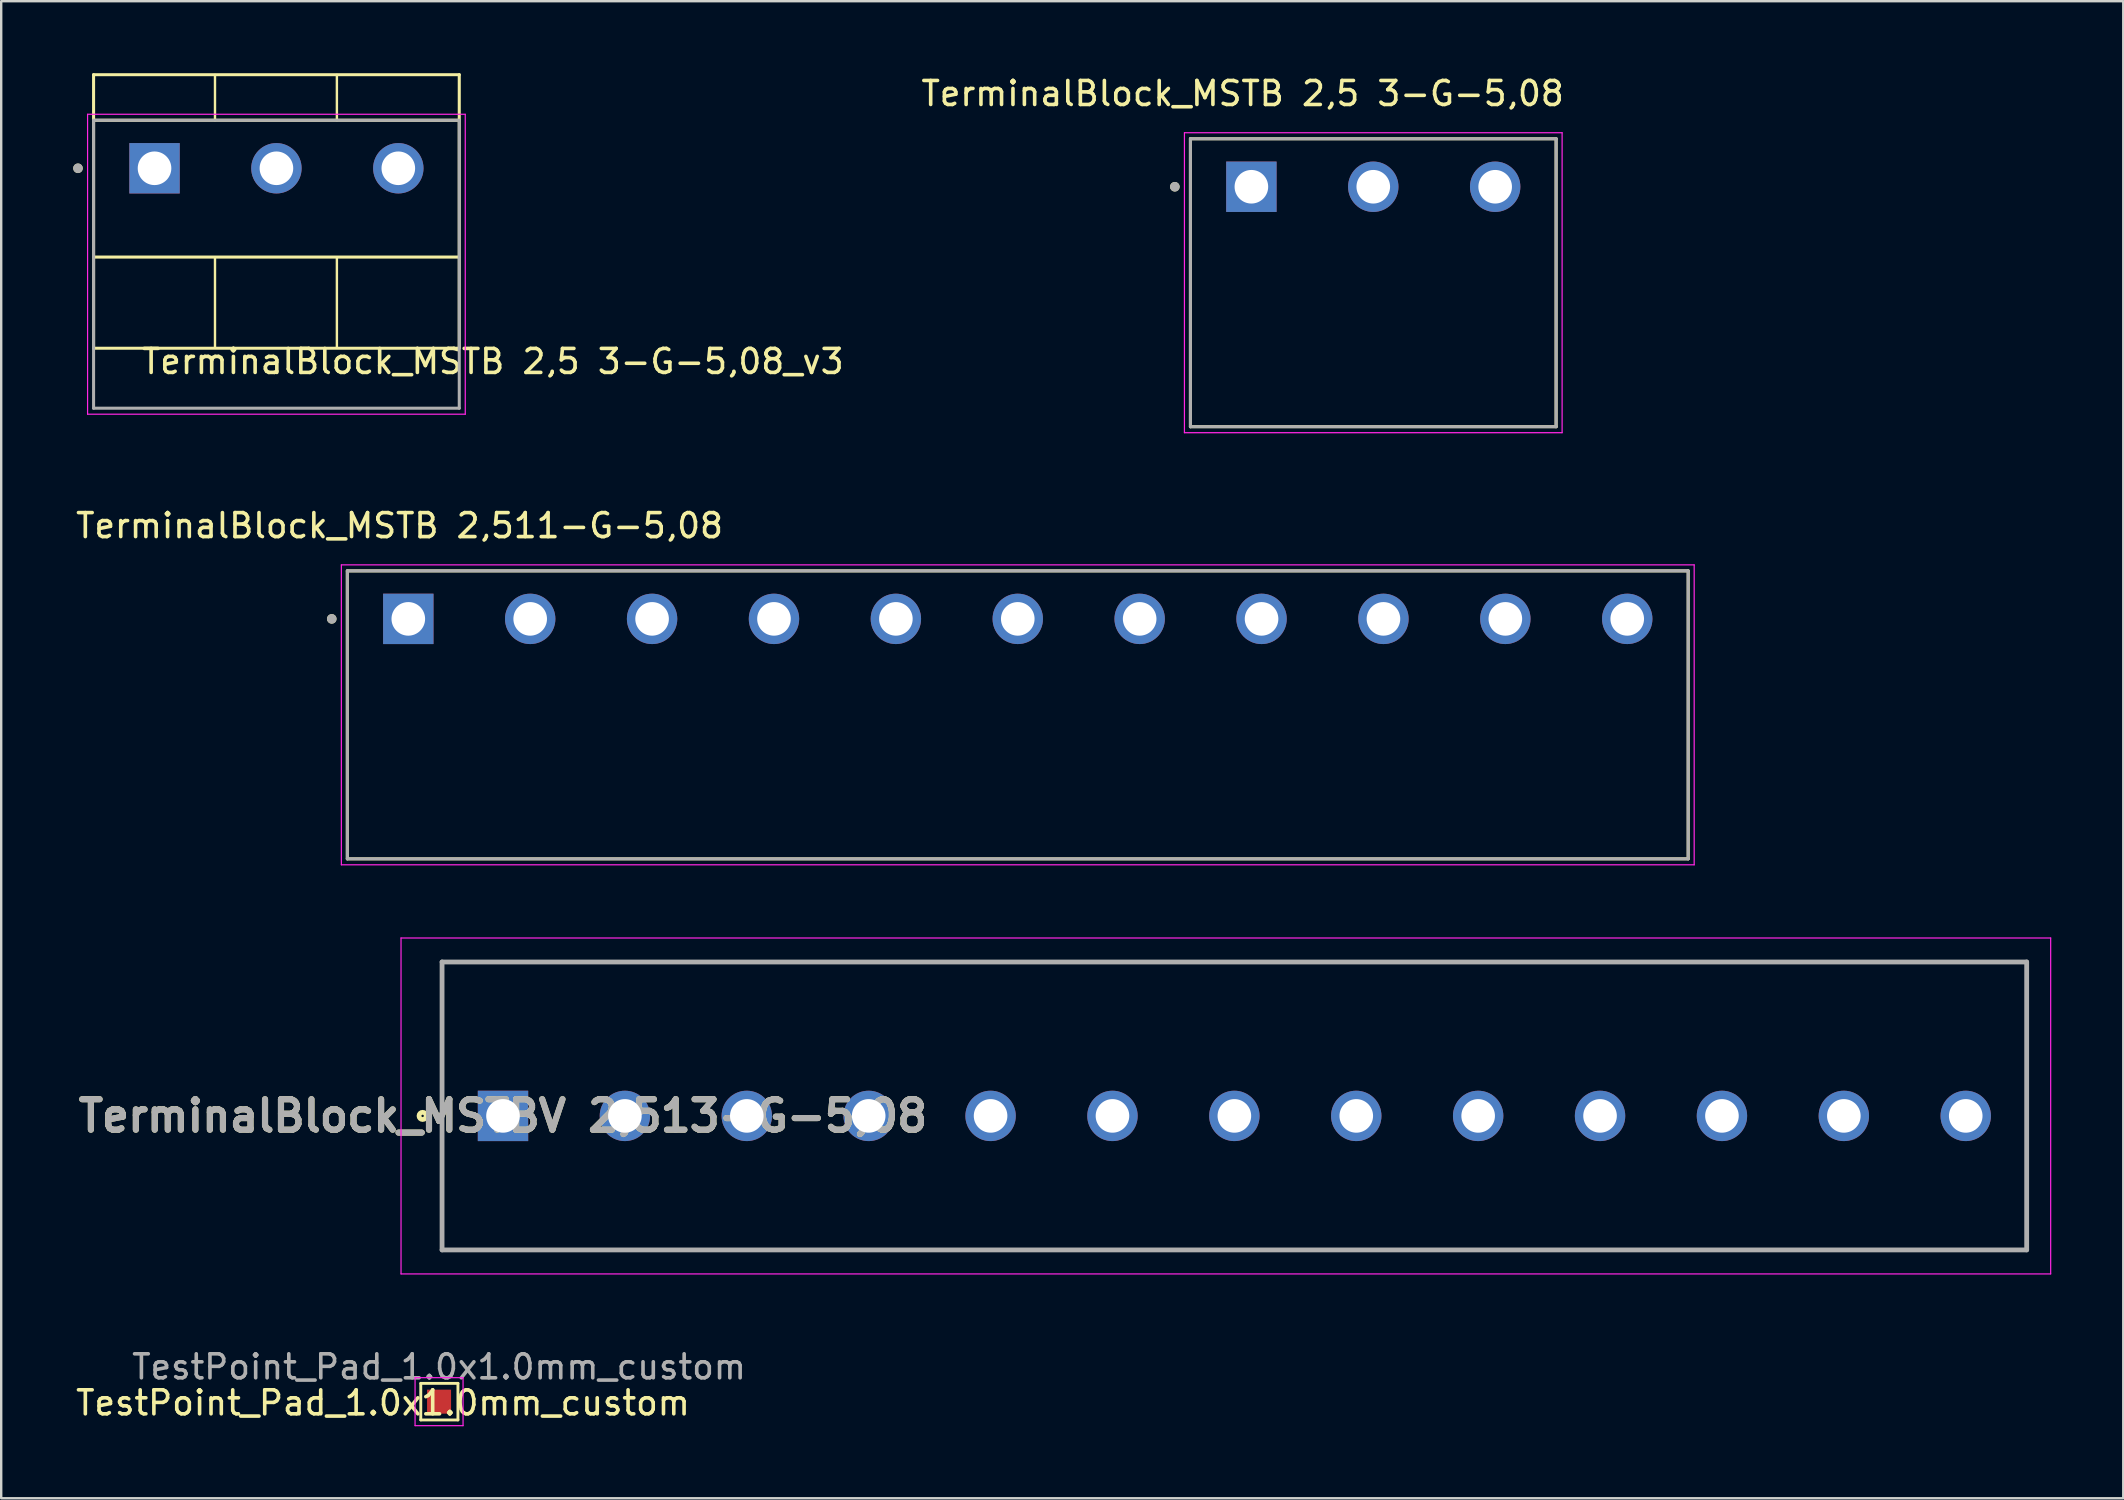
<source format=kicad_pcb>
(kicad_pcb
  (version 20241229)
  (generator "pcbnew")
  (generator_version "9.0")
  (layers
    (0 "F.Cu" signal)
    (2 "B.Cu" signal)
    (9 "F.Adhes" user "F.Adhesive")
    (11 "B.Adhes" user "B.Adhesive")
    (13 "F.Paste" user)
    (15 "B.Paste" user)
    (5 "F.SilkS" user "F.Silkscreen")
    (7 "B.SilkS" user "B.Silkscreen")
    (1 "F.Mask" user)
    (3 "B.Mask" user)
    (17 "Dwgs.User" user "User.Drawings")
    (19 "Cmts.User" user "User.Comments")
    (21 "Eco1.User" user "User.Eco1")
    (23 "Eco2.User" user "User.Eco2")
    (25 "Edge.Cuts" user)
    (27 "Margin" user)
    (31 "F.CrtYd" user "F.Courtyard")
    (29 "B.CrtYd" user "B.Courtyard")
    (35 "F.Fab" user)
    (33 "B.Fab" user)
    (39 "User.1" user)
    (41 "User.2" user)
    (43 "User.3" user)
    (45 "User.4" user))
  (footprint "TerminalBlock_MSTB 2,5 3-G-5,08_v3"
    (layer "F.Cu")
    (at 0.85 13.963)
    (property "Reference" "TerminalBlock_MSTB 2,5 3-G-5,08_v3" (at 16.637 -1.948 0) (layer "F.SilkS") (effects (font (size 1 1) (thickness 0.15))))
    (attr through_hole)
    (fp_line (start 0 -2.5) (end 0 -13.9) (stroke (width 0.127) (type solid)) (layer "F.SilkS"))
    (fp_line (start 5.06 -11.99) (end 5.06 -13.89) (stroke (width 0.1) (type default)) (layer "F.SilkS"))
    (fp_line (start 5.06 -2.54) (end 5.06 -6.29) (stroke (width 0.1) (type default)) (layer "F.SilkS"))
    (fp_line (start 10.14 -11.99) (end 10.14 -13.89) (stroke (width 0.1) (type default)) (layer "F.SilkS"))
    (fp_line (start 10.14 -2.54) (end 10.14 -6.29) (stroke (width 0.1) (type default)) (layer "F.SilkS"))
    (fp_line (start 15.2 -2.5) (end 0 -2.5) (stroke (width 0.127) (type solid)) (layer "F.SilkS"))
    (fp_line (start 15.22 -6.3) (end 0 -6.3) (stroke (width 0.127) (type solid)) (layer "F.SilkS"))
    (fp_line (start 15.24 -13.9) (end 0 -13.9) (stroke (width 0.127) (type solid)) (layer "F.SilkS"))
    (fp_line (start 15.24 -12) (end 0 -12) (stroke (width 0.127) (type solid)) (layer "F.SilkS"))
    (fp_line (start 15.24 -2.5) (end 15.24 -13.9) (stroke (width 0.127) (type solid)) (layer "F.SilkS"))
    (fp_circle (center -0.65 -10) (end -0.55 -10) (stroke (width 0.2) (type solid)) (fill no) (layer "F.SilkS"))
    (fp_line (start -0.25 -12.25) (end 15.49 -12.25) (stroke (width 0.05) (type solid)) (layer "F.CrtYd"))
    (fp_line (start -0.25 0.25) (end -0.25 -12.25) (stroke (width 0.05) (type solid)) (layer "F.CrtYd"))
    (fp_line (start 15.49 -12.25) (end 15.49 0.25) (stroke (width 0.05) (type solid)) (layer "F.CrtYd"))
    (fp_line (start 15.49 0.25) (end -0.25 0.25) (stroke (width 0.05) (type solid)) (layer "F.CrtYd"))
    (fp_line (start 0 -12) (end 15.24 -12) (stroke (width 0.127) (type solid)) (layer "F.Fab"))
    (fp_line (start 0 0) (end 0 -12) (stroke (width 0.127) (type solid)) (layer "F.Fab"))
    (fp_line (start 15.24 -12) (end 15.24 0) (stroke (width 0.127) (type solid)) (layer "F.Fab"))
    (fp_line (start 15.24 0) (end 0 0) (stroke (width 0.127) (type solid)) (layer "F.Fab"))
    (fp_circle (center -0.65 -10) (end -0.55 -10) (stroke (width 0.2) (type solid)) (fill no) (layer "F.Fab"))
    (pad "1" thru_hole rect (at 2.54 -10) (size 2.1 2.1) (drill 1.4) (layers "*.Cu" "*.Mask"))
    (pad "2" thru_hole circle (at 7.62 -10) (size 2.1 2.1) (drill 1.4) (layers "*.Cu" "*.Mask"))
    (pad "3" thru_hole circle (at 12.7 -10) (size 2.1 2.1) (drill 1.4) (layers "*.Cu" "*.Mask")))
  (footprint "TerminalBlock_MSTBV 2,513-G-5,08"
    (layer "F.Cu")
    (at 17.913 43.456)
    (property "Reference" "TerminalBlock_MSTBV 2,513-G-5,08" (at 0 0 0) (layer "F.SilkS") (effects (font (size 1.27 1.27) (thickness 0.254))))
    (attr through_hole)
    (fp_line (start -2.54 -6.415) (end 63.5 -6.415) (stroke (width 0.1) (type solid)) (layer "F.SilkS"))
    (fp_line (start -2.54 5.585) (end -2.54 -6.415) (stroke (width 0.1) (type solid)) (layer "F.SilkS"))
    (fp_line (start 63.5 -6.415) (end 63.5 5.585) (stroke (width 0.1) (type solid)) (layer "F.SilkS"))
    (fp_line (start 63.5 5.585) (end -2.54 5.585) (stroke (width 0.1) (type solid)) (layer "F.SilkS"))
    (fp_circle (center -3.35 0) (end -3.35 0.05) (stroke (width 0.2) (type solid)) (fill no) (layer "F.SilkS"))
    (fp_line (start -4.25 -7.415) (end 64.5 -7.415) (stroke (width 0.05) (type solid)) (layer "F.CrtYd"))
    (fp_line (start -4.25 6.585) (end -4.25 -7.415) (stroke (width 0.05) (type solid)) (layer "F.CrtYd"))
    (fp_line (start 64.5 -7.415) (end 64.5 6.585) (stroke (width 0.05) (type solid)) (layer "F.CrtYd"))
    (fp_line (start 64.5 6.585) (end -4.25 6.585) (stroke (width 0.05) (type solid)) (layer "F.CrtYd"))
    (fp_line (start -2.54 -6.415) (end 63.5 -6.415) (stroke (width 0.2) (type solid)) (layer "F.Fab"))
    (fp_line (start -2.54 5.585) (end -2.54 -6.415) (stroke (width 0.2) (type solid)) (layer "F.Fab"))
    (fp_line (start 63.5 -6.415) (end 63.5 5.585) (stroke (width 0.2) (type solid)) (layer "F.Fab"))
    (fp_line (start 63.5 5.585) (end -2.54 5.585) (stroke (width 0.2) (type solid)) (layer "F.Fab"))
    (fp_text user "${REFERENCE}" (at 0 0 0) (layer "F.Fab") (effects (font (size 1.27 1.27) (thickness 0.254))))
    (pad "1" thru_hole rect (at 0 0) (size 2.1 2.1) (drill 1.4) (layers "*.Cu" "*.Mask"))
    (pad "2" thru_hole circle (at 5.08 0) (size 2.1 2.1) (drill 1.4) (layers "*.Cu" "*.Mask"))
    (pad "3" thru_hole circle (at 10.16 0) (size 2.1 2.1) (drill 1.4) (layers "*.Cu" "*.Mask"))
    (pad "4" thru_hole circle (at 15.24 0) (size 2.1 2.1) (drill 1.4) (layers "*.Cu" "*.Mask"))
    (pad "5" thru_hole circle (at 20.32 0) (size 2.1 2.1) (drill 1.4) (layers "*.Cu" "*.Mask"))
    (pad "6" thru_hole circle (at 25.4 0) (size 2.1 2.1) (drill 1.4) (layers "*.Cu" "*.Mask"))
    (pad "7" thru_hole circle (at 30.48 0) (size 2.1 2.1) (drill 1.4) (layers "*.Cu" "*.Mask"))
    (pad "8" thru_hole circle (at 35.56 0) (size 2.1 2.1) (drill 1.4) (layers "*.Cu" "*.Mask"))
    (pad "9" thru_hole circle (at 40.64 0) (size 2.1 2.1) (drill 1.4) (layers "*.Cu" "*.Mask"))
    (pad "10" thru_hole circle (at 45.72 0) (size 2.1 2.1) (drill 1.4) (layers "*.Cu" "*.Mask"))
    (pad "11" thru_hole circle (at 50.8 0) (size 2.1 2.1) (drill 1.4) (layers "*.Cu" "*.Mask"))
    (pad "12" thru_hole circle (at 55.88 0) (size 2.1 2.1) (drill 1.4) (layers "*.Cu" "*.Mask"))
    (pad "13" thru_hole circle (at 60.96 0) (size 2.1 2.1) (drill 1.4) (layers "*.Cu" "*.Mask")))
  (footprint "TerminalBlock_MSTB 2,511-G-5,08"
    (layer "F.Cu")
    (at 11.426 32.742)
    (property "Reference" "TerminalBlock_MSTB 2,511-G-5,08" (at 2.175 -13.885 0) (layer "F.SilkS") (effects (font (size 1 1) (thickness 0.15))))
    (attr through_hole)
    (fp_line (start 0 0) (end 0 -12) (stroke (width 0.127) (type solid)) (layer "F.SilkS"))
    (fp_line (start 55.88 -12) (end 0 -12) (stroke (width 0.127) (type solid)) (layer "F.SilkS"))
    (fp_line (start 55.88 -12) (end 55.88 0) (stroke (width 0.127) (type solid)) (layer "F.SilkS"))
    (fp_line (start 55.88 0) (end 0 0) (stroke (width 0.127) (type solid)) (layer "F.SilkS"))
    (fp_circle (center -0.65 -10) (end -0.55 -10) (stroke (width 0.2) (type solid)) (fill no) (layer "F.SilkS"))
    (fp_line (start -0.25 -12.25) (end 56.13 -12.25) (stroke (width 0.05) (type solid)) (layer "F.CrtYd"))
    (fp_line (start -0.25 0.25) (end -0.25 -12.25) (stroke (width 0.05) (type solid)) (layer "F.CrtYd"))
    (fp_line (start 56.13 -12.25) (end 56.13 0.25) (stroke (width 0.05) (type solid)) (layer "F.CrtYd"))
    (fp_line (start 56.13 0.25) (end -0.25 0.25) (stroke (width 0.05) (type solid)) (layer "F.CrtYd"))
    (fp_line (start 0 -12) (end 55.88 -12) (stroke (width 0.127) (type solid)) (layer "F.Fab"))
    (fp_line (start 0 0) (end 0 -12) (stroke (width 0.127) (type solid)) (layer "F.Fab"))
    (fp_line (start 55.88 -12) (end 55.88 0) (stroke (width 0.127) (type solid)) (layer "F.Fab"))
    (fp_line (start 55.88 0) (end 0 0) (stroke (width 0.127) (type solid)) (layer "F.Fab"))
    (fp_circle (center -0.65 -10) (end -0.55 -10) (stroke (width 0.2) (type solid)) (fill no) (layer "F.Fab"))
    (pad "01" thru_hole rect (at 2.54 -10) (size 2.1 2.1) (drill 1.4) (layers "*.Cu" "*.Mask"))
    (pad "02" thru_hole circle (at 7.62 -10) (size 2.1 2.1) (drill 1.4) (layers "*.Cu" "*.Mask"))
    (pad "03" thru_hole circle (at 12.7 -10) (size 2.1 2.1) (drill 1.4) (layers "*.Cu" "*.Mask"))
    (pad "04" thru_hole circle (at 17.78 -10) (size 2.1 2.1) (drill 1.4) (layers "*.Cu" "*.Mask"))
    (pad "05" thru_hole circle (at 22.86 -10) (size 2.1 2.1) (drill 1.4) (layers "*.Cu" "*.Mask"))
    (pad "06" thru_hole circle (at 27.94 -10) (size 2.1 2.1) (drill 1.4) (layers "*.Cu" "*.Mask"))
    (pad "07" thru_hole circle (at 33.02 -10) (size 2.1 2.1) (drill 1.4) (layers "*.Cu" "*.Mask"))
    (pad "08" thru_hole circle (at 38.1 -10) (size 2.1 2.1) (drill 1.4) (layers "*.Cu" "*.Mask"))
    (pad "09" thru_hole circle (at 43.18 -10) (size 2.1 2.1) (drill 1.4) (layers "*.Cu" "*.Mask"))
    (pad "10" thru_hole circle (at 48.26 -10) (size 2.1 2.1) (drill 1.4) (layers "*.Cu" "*.Mask"))
    (pad "11" thru_hole circle (at 53.34 -10) (size 2.1 2.1) (drill 1.4) (layers "*.Cu" "*.Mask")))
  (footprint "TerminalBlock_MSTB 2,5 3-G-5,08"
    (layer "F.Cu")
    (at 46.562 14.733)
    (property "Reference" "TerminalBlock_MSTB 2,5 3-G-5,08" (at 2.175 -13.885 0) (layer "F.SilkS") (effects (font (size 1 1) (thickness 0.15))))
    (attr through_hole)
    (fp_line (start 0 0) (end 0 -12) (stroke (width 0.127) (type solid)) (layer "F.SilkS"))
    (fp_line (start 15.24 -12) (end 0 -12) (stroke (width 0.127) (type solid)) (layer "F.SilkS"))
    (fp_line (start 15.24 -12) (end 15.24 0) (stroke (width 0.127) (type solid)) (layer "F.SilkS"))
    (fp_line (start 15.24 0) (end 0 0) (stroke (width 0.127) (type solid)) (layer "F.SilkS"))
    (fp_circle (center -0.65 -10) (end -0.55 -10) (stroke (width 0.2) (type solid)) (fill no) (layer "F.SilkS"))
    (fp_line (start -0.25 -12.25) (end 15.49 -12.25) (stroke (width 0.05) (type solid)) (layer "F.CrtYd"))
    (fp_line (start -0.25 0.25) (end -0.25 -12.25) (stroke (width 0.05) (type solid)) (layer "F.CrtYd"))
    (fp_line (start 15.49 -12.25) (end 15.49 0.25) (stroke (width 0.05) (type solid)) (layer "F.CrtYd"))
    (fp_line (start 15.49 0.25) (end -0.25 0.25) (stroke (width 0.05) (type solid)) (layer "F.CrtYd"))
    (fp_line (start 0 -12) (end 15.24 -12) (stroke (width 0.127) (type solid)) (layer "F.Fab"))
    (fp_line (start 0 0) (end 0 -12) (stroke (width 0.127) (type solid)) (layer "F.Fab"))
    (fp_line (start 15.24 -12) (end 15.24 0) (stroke (width 0.127) (type solid)) (layer "F.Fab"))
    (fp_line (start 15.24 0) (end 0 0) (stroke (width 0.127) (type solid)) (layer "F.Fab"))
    (fp_circle (center -0.65 -10) (end -0.55 -10) (stroke (width 0.2) (type solid)) (fill no) (layer "F.Fab"))
    (pad "01" thru_hole rect (at 2.54 -10) (size 2.1 2.1) (drill 1.4) (layers "*.Cu" "*.Mask"))
    (pad "02" thru_hole circle (at 7.62 -10) (size 2.1 2.1) (drill 1.4) (layers "*.Cu" "*.Mask"))
    (pad "03" thru_hole circle (at 12.7 -10) (size 2.1 2.1) (drill 1.4) (layers "*.Cu" "*.Mask")))
  (footprint "TestPoint_Pad_1.0x1.0mm_custom"
    (layer "F.Cu")
    (at 15.248 55.365)
    (property "Reference" "TestPoint_Pad_1.0x1.0mm_custom" (at -2.337 0.051 0) (layer "F.SilkS") (effects (font (size 1 1) (thickness 0.15))))
    (attr exclude_from_pos_files)
    (fp_line (start -0.762 -0.762) (end 0.787 -0.762) (stroke (width 0.12) (type solid)) (layer "F.SilkS"))
    (fp_line (start -0.762 0.762) (end -0.762 -0.762) (stroke (width 0.12) (type solid)) (layer "F.SilkS"))
    (fp_line (start 0.787 -0.762) (end 0.787 0.762) (stroke (width 0.12) (type solid)) (layer "F.SilkS"))
    (fp_line (start 0.787 0.762) (end -0.762 0.762) (stroke (width 0.12) (type solid)) (layer "F.SilkS"))
    (fp_line (start -1 -1) (end -1 1) (stroke (width 0.05) (type solid)) (layer "F.CrtYd"))
    (fp_line (start -1 -1) (end 1 -1) (stroke (width 0.05) (type solid)) (layer "F.CrtYd"))
    (fp_line (start 1 1) (end -1 1) (stroke (width 0.05) (type solid)) (layer "F.CrtYd"))
    (fp_line (start 1 1) (end 1 -1) (stroke (width 0.05) (type solid)) (layer "F.CrtYd"))
    (fp_text user "${REFERENCE}" (at 0 -1.45 0) (layer "F.Fab") (effects (font (size 1 1) (thickness 0.15))))
    (pad "1" smd rect (at 0 0) (size 1 1) (layers "F.Cu" "F.Mask")))
  (gr_rect
    (start -3 -3)
    (end 85.438 59.39)
    (stroke (width 0.1) (type default))
    (fill no)
    (layer "Edge.Cuts")))
</source>
